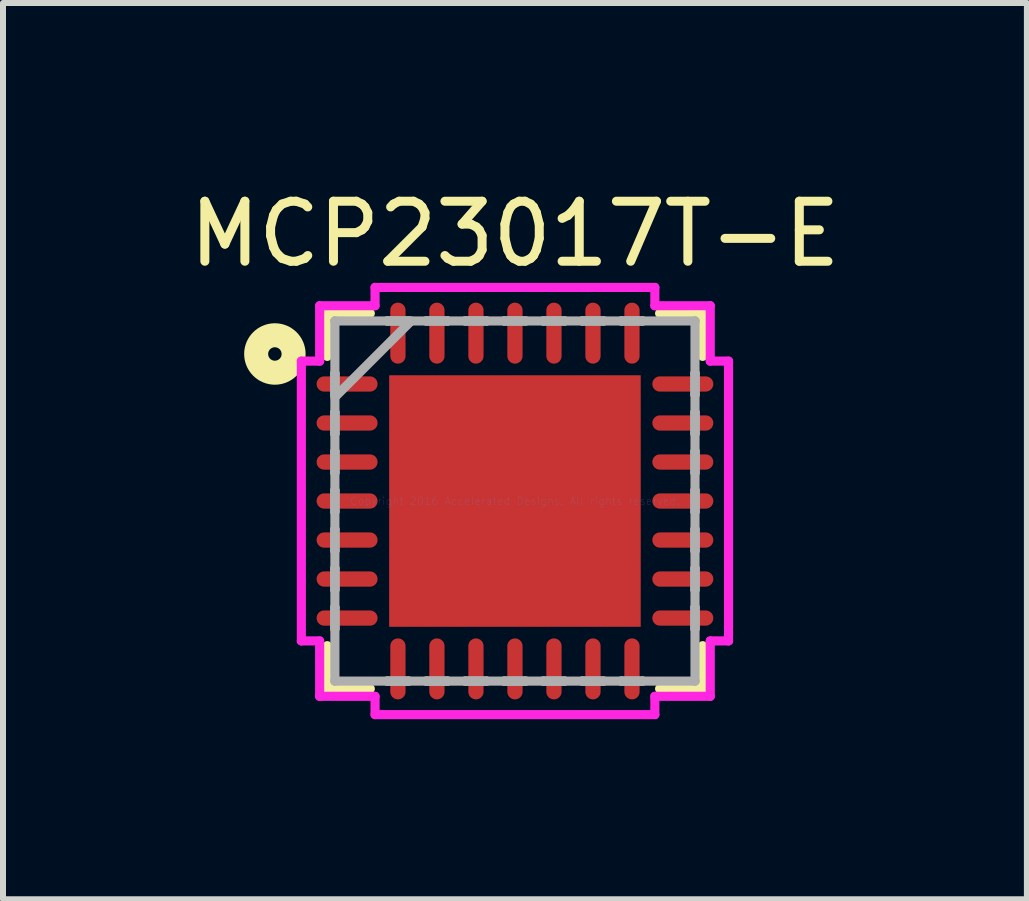
<source format=kicad_pcb>
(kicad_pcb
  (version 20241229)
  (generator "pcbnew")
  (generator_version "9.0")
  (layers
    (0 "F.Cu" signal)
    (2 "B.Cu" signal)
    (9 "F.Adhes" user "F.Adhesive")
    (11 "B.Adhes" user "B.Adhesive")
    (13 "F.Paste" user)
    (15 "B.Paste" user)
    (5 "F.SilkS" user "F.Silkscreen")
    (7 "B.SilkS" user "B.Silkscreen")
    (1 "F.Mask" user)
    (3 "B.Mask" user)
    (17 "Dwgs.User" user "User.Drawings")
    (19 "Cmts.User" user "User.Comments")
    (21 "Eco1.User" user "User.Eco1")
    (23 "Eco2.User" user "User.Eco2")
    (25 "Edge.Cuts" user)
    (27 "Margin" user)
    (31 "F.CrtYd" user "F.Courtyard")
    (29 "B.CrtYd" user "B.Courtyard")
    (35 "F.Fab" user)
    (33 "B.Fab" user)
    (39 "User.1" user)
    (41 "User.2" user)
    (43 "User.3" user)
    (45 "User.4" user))
  (footprint "MCP23017T-E"
    (layer "F.Cu")
    (at 5.53 5.298)
    (property "Reference" "MCP23017T-E" (at 0 -4.45 0) (layer "F.SilkS") (effects (font (size 1 1) (thickness 0.15))))
    (attr through_hole)
    (fp_line (start -3.127 -3.127) (end -3.127 -2.41) (stroke (width 0.152) (type solid)) (layer "F.SilkS"))
    (fp_line (start -3.127 2.41) (end -3.127 3.127) (stroke (width 0.152) (type solid)) (layer "F.SilkS"))
    (fp_line (start -3.127 3.127) (end -2.41 3.127) (stroke (width 0.152) (type solid)) (layer "F.SilkS"))
    (fp_line (start -2.41 -3.127) (end -3.127 -3.127) (stroke (width 0.152) (type solid)) (layer "F.SilkS"))
    (fp_line (start 2.41 3.127) (end 3.127 3.127) (stroke (width 0.152) (type solid)) (layer "F.SilkS"))
    (fp_line (start 3.127 -3.127) (end 2.41 -3.127) (stroke (width 0.152) (type solid)) (layer "F.SilkS"))
    (fp_line (start 3.127 -2.41) (end 3.127 -3.127) (stroke (width 0.152) (type solid)) (layer "F.SilkS"))
    (fp_line (start 3.127 3.127) (end 3.127 2.41) (stroke (width 0.152) (type solid)) (layer "F.SilkS"))
    (fp_circle (center -4 -2.45) (end -3.888 -2.45) (stroke (width 0.4) (type solid)) (fill no) (layer "F.SilkS"))
    (fp_line (start -1.996 -1.996) (end -1.996 -0.798) (stroke (width 0.152) (type solid)) (layer "F.Paste"))
    (fp_line (start -1.996 -0.798) (end -0.798 -0.798) (stroke (width 0.152) (type solid)) (layer "F.Paste"))
    (fp_line (start -1.996 -0.599) (end -1.996 0.599) (stroke (width 0.152) (type solid)) (layer "F.Paste"))
    (fp_line (start -1.996 0.599) (end -0.798 0.599) (stroke (width 0.152) (type solid)) (layer "F.Paste"))
    (fp_line (start -1.996 0.798) (end -1.996 1.996) (stroke (width 0.152) (type solid)) (layer "F.Paste"))
    (fp_line (start -1.996 1.996) (end -0.798 1.996) (stroke (width 0.152) (type solid)) (layer "F.Paste"))
    (fp_line (start -0.798 -1.996) (end -1.996 -1.996) (stroke (width 0.152) (type solid)) (layer "F.Paste"))
    (fp_line (start -0.798 -0.798) (end -0.798 -1.996) (stroke (width 0.152) (type solid)) (layer "F.Paste"))
    (fp_line (start -0.798 -0.599) (end -1.996 -0.599) (stroke (width 0.152) (type solid)) (layer "F.Paste"))
    (fp_line (start -0.798 0.599) (end -0.798 -0.599) (stroke (width 0.152) (type solid)) (layer "F.Paste"))
    (fp_line (start -0.798 0.798) (end -1.996 0.798) (stroke (width 0.152) (type solid)) (layer "F.Paste"))
    (fp_line (start -0.798 1.996) (end -0.798 0.798) (stroke (width 0.152) (type solid)) (layer "F.Paste"))
    (fp_line (start -0.599 -1.996) (end -0.599 -0.798) (stroke (width 0.152) (type solid)) (layer "F.Paste"))
    (fp_line (start -0.599 -0.798) (end 0.599 -0.798) (stroke (width 0.152) (type solid)) (layer "F.Paste"))
    (fp_line (start -0.599 -0.599) (end -0.599 0.599) (stroke (width 0.152) (type solid)) (layer "F.Paste"))
    (fp_line (start -0.599 0.599) (end 0.599 0.599) (stroke (width 0.152) (type solid)) (layer "F.Paste"))
    (fp_line (start -0.599 0.798) (end -0.599 1.996) (stroke (width 0.152) (type solid)) (layer "F.Paste"))
    (fp_line (start -0.599 1.996) (end 0.599 1.996) (stroke (width 0.152) (type solid)) (layer "F.Paste"))
    (fp_line (start 0.599 -1.996) (end -0.599 -1.996) (stroke (width 0.152) (type solid)) (layer "F.Paste"))
    (fp_line (start 0.599 -0.798) (end 0.599 -1.996) (stroke (width 0.152) (type solid)) (layer "F.Paste"))
    (fp_line (start 0.599 -0.599) (end -0.599 -0.599) (stroke (width 0.152) (type solid)) (layer "F.Paste"))
    (fp_line (start 0.599 0.599) (end 0.599 -0.599) (stroke (width 0.152) (type solid)) (layer "F.Paste"))
    (fp_line (start 0.599 0.798) (end -0.599 0.798) (stroke (width 0.152) (type solid)) (layer "F.Paste"))
    (fp_line (start 0.599 1.996) (end 0.599 0.798) (stroke (width 0.152) (type solid)) (layer "F.Paste"))
    (fp_line (start 0.798 -1.996) (end 0.798 -0.798) (stroke (width 0.152) (type solid)) (layer "F.Paste"))
    (fp_line (start 0.798 -0.798) (end 1.996 -0.798) (stroke (width 0.152) (type solid)) (layer "F.Paste"))
    (fp_line (start 0.798 -0.599) (end 0.798 0.599) (stroke (width 0.152) (type solid)) (layer "F.Paste"))
    (fp_line (start 0.798 0.599) (end 1.996 0.599) (stroke (width 0.152) (type solid)) (layer "F.Paste"))
    (fp_line (start 0.798 0.798) (end 0.798 1.996) (stroke (width 0.152) (type solid)) (layer "F.Paste"))
    (fp_line (start 0.798 1.996) (end 1.996 1.996) (stroke (width 0.152) (type solid)) (layer "F.Paste"))
    (fp_line (start 1.996 -1.996) (end 0.798 -1.996) (stroke (width 0.152) (type solid)) (layer "F.Paste"))
    (fp_line (start 1.996 -0.798) (end 1.996 -1.996) (stroke (width 0.152) (type solid)) (layer "F.Paste"))
    (fp_line (start 1.996 -0.599) (end 0.798 -0.599) (stroke (width 0.152) (type solid)) (layer "F.Paste"))
    (fp_line (start 1.996 0.599) (end 1.996 -0.599) (stroke (width 0.152) (type solid)) (layer "F.Paste"))
    (fp_line (start 1.996 0.798) (end 0.798 0.798) (stroke (width 0.152) (type solid)) (layer "F.Paste"))
    (fp_line (start 1.996 1.996) (end 1.996 0.798) (stroke (width 0.152) (type solid)) (layer "F.Paste"))
    (fp_line (start -3.559 -2.331) (end -3.254 -2.331) (stroke (width 0.152) (type solid)) (layer "F.CrtYd"))
    (fp_line (start -3.559 2.331) (end -3.559 -2.331) (stroke (width 0.152) (type solid)) (layer "F.CrtYd"))
    (fp_line (start -3.254 -3.254) (end -2.331 -3.254) (stroke (width 0.152) (type solid)) (layer "F.CrtYd"))
    (fp_line (start -3.254 -2.331) (end -3.254 -3.254) (stroke (width 0.152) (type solid)) (layer "F.CrtYd"))
    (fp_line (start -3.254 2.331) (end -3.559 2.331) (stroke (width 0.152) (type solid)) (layer "F.CrtYd"))
    (fp_line (start -3.254 3.254) (end -3.254 2.331) (stroke (width 0.152) (type solid)) (layer "F.CrtYd"))
    (fp_line (start -2.331 -3.559) (end 2.331 -3.559) (stroke (width 0.152) (type solid)) (layer "F.CrtYd"))
    (fp_line (start -2.331 -3.254) (end -2.331 -3.559) (stroke (width 0.152) (type solid)) (layer "F.CrtYd"))
    (fp_line (start -2.331 3.254) (end -3.254 3.254) (stroke (width 0.152) (type solid)) (layer "F.CrtYd"))
    (fp_line (start -2.331 3.559) (end -2.331 3.254) (stroke (width 0.152) (type solid)) (layer "F.CrtYd"))
    (fp_line (start 2.331 -3.559) (end 2.331 -3.254) (stroke (width 0.152) (type solid)) (layer "F.CrtYd"))
    (fp_line (start 2.331 -3.254) (end 3.254 -3.254) (stroke (width 0.152) (type solid)) (layer "F.CrtYd"))
    (fp_line (start 2.331 3.254) (end 2.331 3.559) (stroke (width 0.152) (type solid)) (layer "F.CrtYd"))
    (fp_line (start 2.331 3.559) (end -2.331 3.559) (stroke (width 0.152) (type solid)) (layer "F.CrtYd"))
    (fp_line (start 3.254 -3.254) (end 3.254 -2.331) (stroke (width 0.152) (type solid)) (layer "F.CrtYd"))
    (fp_line (start 3.254 -2.331) (end 3.559 -2.331) (stroke (width 0.152) (type solid)) (layer "F.CrtYd"))
    (fp_line (start 3.254 2.331) (end 3.254 3.254) (stroke (width 0.152) (type solid)) (layer "F.CrtYd"))
    (fp_line (start 3.254 3.254) (end 2.331 3.254) (stroke (width 0.152) (type solid)) (layer "F.CrtYd"))
    (fp_line (start 3.559 2.331) (end 3.254 2.331) (stroke (width 0.152) (type solid)) (layer "F.CrtYd"))
    (fp_line (start 3.559 2.331) (end 3.559 -2.331) (stroke (width 0.152) (type solid)) (layer "F.CrtYd"))
    (fp_line (start -3 -3) (end -3 -3) (stroke (width 0.152) (type solid)) (layer "F.Fab"))
    (fp_line (start -3 -3) (end -3 3) (stroke (width 0.152) (type solid)) (layer "F.Fab"))
    (fp_line (start -3 -2.128) (end -3 -2.128) (stroke (width 0.152) (type solid)) (layer "F.Fab"))
    (fp_line (start -3 -2.128) (end -3 -1.772) (stroke (width 0.152) (type solid)) (layer "F.Fab"))
    (fp_line (start -3 -1.772) (end -3 -2.128) (stroke (width 0.152) (type solid)) (layer "F.Fab"))
    (fp_line (start -3 -1.772) (end -3 -1.772) (stroke (width 0.152) (type solid)) (layer "F.Fab"))
    (fp_line (start -3 -1.73) (end -1.73 -3) (stroke (width 0.152) (type solid)) (layer "F.Fab"))
    (fp_line (start -3 -1.478) (end -3 -1.478) (stroke (width 0.152) (type solid)) (layer "F.Fab"))
    (fp_line (start -3 -1.478) (end -3 -1.122) (stroke (width 0.152) (type solid)) (layer "F.Fab"))
    (fp_line (start -3 -1.122) (end -3 -1.478) (stroke (width 0.152) (type solid)) (layer "F.Fab"))
    (fp_line (start -3 -1.122) (end -3 -1.122) (stroke (width 0.152) (type solid)) (layer "F.Fab"))
    (fp_line (start -3 -0.828) (end -3 -0.828) (stroke (width 0.152) (type solid)) (layer "F.Fab"))
    (fp_line (start -3 -0.828) (end -3 -0.472) (stroke (width 0.152) (type solid)) (layer "F.Fab"))
    (fp_line (start -3 -0.472) (end -3 -0.828) (stroke (width 0.152) (type solid)) (layer "F.Fab"))
    (fp_line (start -3 -0.472) (end -3 -0.472) (stroke (width 0.152) (type solid)) (layer "F.Fab"))
    (fp_line (start -3 -0.178) (end -3 -0.178) (stroke (width 0.152) (type solid)) (layer "F.Fab"))
    (fp_line (start -3 -0.178) (end -3 0.178) (stroke (width 0.152) (type solid)) (layer "F.Fab"))
    (fp_line (start -3 0.178) (end -3 -0.178) (stroke (width 0.152) (type solid)) (layer "F.Fab"))
    (fp_line (start -3 0.178) (end -3 0.178) (stroke (width 0.152) (type solid)) (layer "F.Fab"))
    (fp_line (start -3 0.472) (end -3 0.472) (stroke (width 0.152) (type solid)) (layer "F.Fab"))
    (fp_line (start -3 0.472) (end -3 0.828) (stroke (width 0.152) (type solid)) (layer "F.Fab"))
    (fp_line (start -3 0.828) (end -3 0.472) (stroke (width 0.152) (type solid)) (layer "F.Fab"))
    (fp_line (start -3 0.828) (end -3 0.828) (stroke (width 0.152) (type solid)) (layer "F.Fab"))
    (fp_line (start -3 1.122) (end -3 1.122) (stroke (width 0.152) (type solid)) (layer "F.Fab"))
    (fp_line (start -3 1.122) (end -3 1.478) (stroke (width 0.152) (type solid)) (layer "F.Fab"))
    (fp_line (start -3 1.478) (end -3 1.122) (stroke (width 0.152) (type solid)) (layer "F.Fab"))
    (fp_line (start -3 1.478) (end -3 1.478) (stroke (width 0.152) (type solid)) (layer "F.Fab"))
    (fp_line (start -3 1.772) (end -3 1.772) (stroke (width 0.152) (type solid)) (layer "F.Fab"))
    (fp_line (start -3 1.772) (end -3 2.128) (stroke (width 0.152) (type solid)) (layer "F.Fab"))
    (fp_line (start -3 2.128) (end -3 1.772) (stroke (width 0.152) (type solid)) (layer "F.Fab"))
    (fp_line (start -3 2.128) (end -3 2.128) (stroke (width 0.152) (type solid)) (layer "F.Fab"))
    (fp_line (start -3 3) (end -3 3) (stroke (width 0.152) (type solid)) (layer "F.Fab"))
    (fp_line (start -3 3) (end 3 3) (stroke (width 0.152) (type solid)) (layer "F.Fab"))
    (fp_line (start -2.128 -3) (end -2.128 -3) (stroke (width 0.152) (type solid)) (layer "F.Fab"))
    (fp_line (start -2.128 -3) (end -1.772 -3) (stroke (width 0.152) (type solid)) (layer "F.Fab"))
    (fp_line (start -2.128 3) (end -2.128 3) (stroke (width 0.152) (type solid)) (layer "F.Fab"))
    (fp_line (start -2.128 3) (end -1.772 3) (stroke (width 0.152) (type solid)) (layer "F.Fab"))
    (fp_line (start -1.772 -3) (end -2.128 -3) (stroke (width 0.152) (type solid)) (layer "F.Fab"))
    (fp_line (start -1.772 -3) (end -1.772 -3) (stroke (width 0.152) (type solid)) (layer "F.Fab"))
    (fp_line (start -1.772 3) (end -2.128 3) (stroke (width 0.152) (type solid)) (layer "F.Fab"))
    (fp_line (start -1.772 3) (end -1.772 3) (stroke (width 0.152) (type solid)) (layer "F.Fab"))
    (fp_line (start -1.478 -3) (end -1.478 -3) (stroke (width 0.152) (type solid)) (layer "F.Fab"))
    (fp_line (start -1.478 -3) (end -1.122 -3) (stroke (width 0.152) (type solid)) (layer "F.Fab"))
    (fp_line (start -1.478 3) (end -1.478 3) (stroke (width 0.152) (type solid)) (layer "F.Fab"))
    (fp_line (start -1.478 3) (end -1.122 3) (stroke (width 0.152) (type solid)) (layer "F.Fab"))
    (fp_line (start -1.122 -3) (end -1.478 -3) (stroke (width 0.152) (type solid)) (layer "F.Fab"))
    (fp_line (start -1.122 -3) (end -1.122 -3) (stroke (width 0.152) (type solid)) (layer "F.Fab"))
    (fp_line (start -1.122 3) (end -1.478 3) (stroke (width 0.152) (type solid)) (layer "F.Fab"))
    (fp_line (start -1.122 3) (end -1.122 3) (stroke (width 0.152) (type solid)) (layer "F.Fab"))
    (fp_line (start -0.828 -3) (end -0.828 -3) (stroke (width 0.152) (type solid)) (layer "F.Fab"))
    (fp_line (start -0.828 -3) (end -0.472 -3) (stroke (width 0.152) (type solid)) (layer "F.Fab"))
    (fp_line (start -0.828 3) (end -0.828 3) (stroke (width 0.152) (type solid)) (layer "F.Fab"))
    (fp_line (start -0.828 3) (end -0.472 3) (stroke (width 0.152) (type solid)) (layer "F.Fab"))
    (fp_line (start -0.472 -3) (end -0.828 -3) (stroke (width 0.152) (type solid)) (layer "F.Fab"))
    (fp_line (start -0.472 -3) (end -0.472 -3) (stroke (width 0.152) (type solid)) (layer "F.Fab"))
    (fp_line (start -0.472 3) (end -0.828 3) (stroke (width 0.152) (type solid)) (layer "F.Fab"))
    (fp_line (start -0.472 3) (end -0.472 3) (stroke (width 0.152) (type solid)) (layer "F.Fab"))
    (fp_line (start -0.178 -3) (end -0.178 -3) (stroke (width 0.152) (type solid)) (layer "F.Fab"))
    (fp_line (start -0.178 -3) (end 0.178 -3) (stroke (width 0.152) (type solid)) (layer "F.Fab"))
    (fp_line (start -0.178 3) (end -0.178 3) (stroke (width 0.152) (type solid)) (layer "F.Fab"))
    (fp_line (start -0.178 3) (end 0.178 3) (stroke (width 0.152) (type solid)) (layer "F.Fab"))
    (fp_line (start 0.178 -3) (end -0.178 -3) (stroke (width 0.152) (type solid)) (layer "F.Fab"))
    (fp_line (start 0.178 -3) (end 0.178 -3) (stroke (width 0.152) (type solid)) (layer "F.Fab"))
    (fp_line (start 0.178 3) (end -0.178 3) (stroke (width 0.152) (type solid)) (layer "F.Fab"))
    (fp_line (start 0.178 3) (end 0.178 3) (stroke (width 0.152) (type solid)) (layer "F.Fab"))
    (fp_line (start 0.472 -3) (end 0.472 -3) (stroke (width 0.152) (type solid)) (layer "F.Fab"))
    (fp_line (start 0.472 -3) (end 0.828 -3) (stroke (width 0.152) (type solid)) (layer "F.Fab"))
    (fp_line (start 0.472 3) (end 0.472 3) (stroke (width 0.152) (type solid)) (layer "F.Fab"))
    (fp_line (start 0.472 3) (end 0.828 3) (stroke (width 0.152) (type solid)) (layer "F.Fab"))
    (fp_line (start 0.828 -3) (end 0.472 -3) (stroke (width 0.152) (type solid)) (layer "F.Fab"))
    (fp_line (start 0.828 -3) (end 0.828 -3) (stroke (width 0.152) (type solid)) (layer "F.Fab"))
    (fp_line (start 0.828 3) (end 0.472 3) (stroke (width 0.152) (type solid)) (layer "F.Fab"))
    (fp_line (start 0.828 3) (end 0.828 3) (stroke (width 0.152) (type solid)) (layer "F.Fab"))
    (fp_line (start 1.122 -3) (end 1.122 -3) (stroke (width 0.152) (type solid)) (layer "F.Fab"))
    (fp_line (start 1.122 -3) (end 1.478 -3) (stroke (width 0.152) (type solid)) (layer "F.Fab"))
    (fp_line (start 1.122 3) (end 1.122 3) (stroke (width 0.152) (type solid)) (layer "F.Fab"))
    (fp_line (start 1.122 3) (end 1.478 3) (stroke (width 0.152) (type solid)) (layer "F.Fab"))
    (fp_line (start 1.478 -3) (end 1.122 -3) (stroke (width 0.152) (type solid)) (layer "F.Fab"))
    (fp_line (start 1.478 -3) (end 1.478 -3) (stroke (width 0.152) (type solid)) (layer "F.Fab"))
    (fp_line (start 1.478 3) (end 1.122 3) (stroke (width 0.152) (type solid)) (layer "F.Fab"))
    (fp_line (start 1.478 3) (end 1.478 3) (stroke (width 0.152) (type solid)) (layer "F.Fab"))
    (fp_line (start 1.772 -3) (end 1.772 -3) (stroke (width 0.152) (type solid)) (layer "F.Fab"))
    (fp_line (start 1.772 -3) (end 2.128 -3) (stroke (width 0.152) (type solid)) (layer "F.Fab"))
    (fp_line (start 1.772 3) (end 1.772 3) (stroke (width 0.152) (type solid)) (layer "F.Fab"))
    (fp_line (start 1.772 3) (end 2.128 3) (stroke (width 0.152) (type solid)) (layer "F.Fab"))
    (fp_line (start 2.128 -3) (end 1.772 -3) (stroke (width 0.152) (type solid)) (layer "F.Fab"))
    (fp_line (start 2.128 -3) (end 2.128 -3) (stroke (width 0.152) (type solid)) (layer "F.Fab"))
    (fp_line (start 2.128 3) (end 1.772 3) (stroke (width 0.152) (type solid)) (layer "F.Fab"))
    (fp_line (start 2.128 3) (end 2.128 3) (stroke (width 0.152) (type solid)) (layer "F.Fab"))
    (fp_line (start 3 -3) (end -3 -3) (stroke (width 0.152) (type solid)) (layer "F.Fab"))
    (fp_line (start 3 -3) (end 3 -3) (stroke (width 0.152) (type solid)) (layer "F.Fab"))
    (fp_line (start 3 -2.128) (end 3 -2.128) (stroke (width 0.152) (type solid)) (layer "F.Fab"))
    (fp_line (start 3 -2.128) (end 3 -1.772) (stroke (width 0.152) (type solid)) (layer "F.Fab"))
    (fp_line (start 3 -1.772) (end 3 -2.128) (stroke (width 0.152) (type solid)) (layer "F.Fab"))
    (fp_line (start 3 -1.772) (end 3 -1.772) (stroke (width 0.152) (type solid)) (layer "F.Fab"))
    (fp_line (start 3 -1.478) (end 3 -1.478) (stroke (width 0.152) (type solid)) (layer "F.Fab"))
    (fp_line (start 3 -1.478) (end 3 -1.122) (stroke (width 0.152) (type solid)) (layer "F.Fab"))
    (fp_line (start 3 -1.122) (end 3 -1.478) (stroke (width 0.152) (type solid)) (layer "F.Fab"))
    (fp_line (start 3 -1.122) (end 3 -1.122) (stroke (width 0.152) (type solid)) (layer "F.Fab"))
    (fp_line (start 3 -0.828) (end 3 -0.828) (stroke (width 0.152) (type solid)) (layer "F.Fab"))
    (fp_line (start 3 -0.828) (end 3 -0.472) (stroke (width 0.152) (type solid)) (layer "F.Fab"))
    (fp_line (start 3 -0.472) (end 3 -0.828) (stroke (width 0.152) (type solid)) (layer "F.Fab"))
    (fp_line (start 3 -0.472) (end 3 -0.472) (stroke (width 0.152) (type solid)) (layer "F.Fab"))
    (fp_line (start 3 -0.178) (end 3 -0.178) (stroke (width 0.152) (type solid)) (layer "F.Fab"))
    (fp_line (start 3 -0.178) (end 3 0.178) (stroke (width 0.152) (type solid)) (layer "F.Fab"))
    (fp_line (start 3 0.178) (end 3 -0.178) (stroke (width 0.152) (type solid)) (layer "F.Fab"))
    (fp_line (start 3 0.178) (end 3 0.178) (stroke (width 0.152) (type solid)) (layer "F.Fab"))
    (fp_line (start 3 0.472) (end 3 0.472) (stroke (width 0.152) (type solid)) (layer "F.Fab"))
    (fp_line (start 3 0.472) (end 3 0.828) (stroke (width 0.152) (type solid)) (layer "F.Fab"))
    (fp_line (start 3 0.828) (end 3 0.472) (stroke (width 0.152) (type solid)) (layer "F.Fab"))
    (fp_line (start 3 0.828) (end 3 0.828) (stroke (width 0.152) (type solid)) (layer "F.Fab"))
    (fp_line (start 3 1.122) (end 3 1.122) (stroke (width 0.152) (type solid)) (layer "F.Fab"))
    (fp_line (start 3 1.122) (end 3 1.478) (stroke (width 0.152) (type solid)) (layer "F.Fab"))
    (fp_line (start 3 1.478) (end 3 1.122) (stroke (width 0.152) (type solid)) (layer "F.Fab"))
    (fp_line (start 3 1.478) (end 3 1.478) (stroke (width 0.152) (type solid)) (layer "F.Fab"))
    (fp_line (start 3 1.772) (end 3 1.772) (stroke (width 0.152) (type solid)) (layer "F.Fab"))
    (fp_line (start 3 1.772) (end 3 2.128) (stroke (width 0.152) (type solid)) (layer "F.Fab"))
    (fp_line (start 3 2.128) (end 3 1.772) (stroke (width 0.152) (type solid)) (layer "F.Fab"))
    (fp_line (start 3 2.128) (end 3 2.128) (stroke (width 0.152) (type solid)) (layer "F.Fab"))
    (fp_line (start 3 3) (end 3 -3) (stroke (width 0.152) (type solid)) (layer "F.Fab"))
    (fp_line (start 3 3) (end 3 3) (stroke (width 0.152) (type solid)) (layer "F.Fab"))
    (fp_text user "Copyright 2016 Accelerated Designs. All rights reserved." (at 0 0 0) (layer "Cmts.User") (effects (font (size 0.127 0.127) (thickness 0.002))))
    (pad "1" smd oval (at -2.797 -1.95 90) (size 0.254 1.016) (layers "F.Cu" "F.Mask" "F.Paste"))
    (pad "2" smd oval (at -2.797 -1.3 90) (size 0.254 1.016) (layers "F.Cu" "F.Mask" "F.Paste"))
    (pad "3" smd oval (at -2.797 -0.65 90) (size 0.254 1.016) (layers "F.Cu" "F.Mask" "F.Paste"))
    (pad "4" smd oval (at -2.797 0 90) (size 0.254 1.016) (layers "F.Cu" "F.Mask" "F.Paste"))
    (pad "5" smd oval (at -2.797 0.65 90) (size 0.254 1.016) (layers "F.Cu" "F.Mask" "F.Paste"))
    (pad "6" smd oval (at -2.797 1.3 90) (size 0.254 1.016) (layers "F.Cu" "F.Mask" "F.Paste"))
    (pad "7" smd oval (at -2.797 1.95 90) (size 0.254 1.016) (layers "F.Cu" "F.Mask" "F.Paste"))
    (pad "8" smd oval (at -1.95 2.797) (size 0.254 1.016) (layers "F.Cu" "F.Mask" "F.Paste"))
    (pad "9" smd oval (at -1.3 2.797) (size 0.254 1.016) (layers "F.Cu" "F.Mask" "F.Paste"))
    (pad "10" smd oval (at -0.65 2.797) (size 0.254 1.016) (layers "F.Cu" "F.Mask" "F.Paste"))
    (pad "11" smd oval (at 0 2.797) (size 0.254 1.016) (layers "F.Cu" "F.Mask" "F.Paste"))
    (pad "12" smd oval (at 0.65 2.797) (size 0.254 1.016) (layers "F.Cu" "F.Mask" "F.Paste"))
    (pad "13" smd oval (at 1.3 2.797) (size 0.254 1.016) (layers "F.Cu" "F.Mask" "F.Paste"))
    (pad "14" smd oval (at 1.95 2.797) (size 0.254 1.016) (layers "F.Cu" "F.Mask" "F.Paste"))
    (pad "15" smd oval (at 2.797 1.95 90) (size 0.254 1.016) (layers "F.Cu" "F.Mask" "F.Paste"))
    (pad "16" smd oval (at 2.797 1.3 90) (size 0.254 1.016) (layers "F.Cu" "F.Mask" "F.Paste"))
    (pad "17" smd oval (at 2.797 0.65 90) (size 0.254 1.016) (layers "F.Cu" "F.Mask" "F.Paste"))
    (pad "18" smd oval (at 2.797 0 90) (size 0.254 1.016) (layers "F.Cu" "F.Mask" "F.Paste"))
    (pad "19" smd oval (at 2.797 -0.65 90) (size 0.254 1.016) (layers "F.Cu" "F.Mask" "F.Paste"))
    (pad "20" smd oval (at 2.797 -1.3 90) (size 0.254 1.016) (layers "F.Cu" "F.Mask" "F.Paste"))
    (pad "21" smd oval (at 2.797 -1.95 90) (size 0.254 1.016) (layers "F.Cu" "F.Mask" "F.Paste"))
    (pad "22" smd oval (at 1.95 -2.797) (size 0.254 1.016) (layers "F.Cu" "F.Mask" "F.Paste"))
    (pad "23" smd oval (at 1.3 -2.797) (size 0.254 1.016) (layers "F.Cu" "F.Mask" "F.Paste"))
    (pad "24" smd oval (at 0.65 -2.797) (size 0.254 1.016) (layers "F.Cu" "F.Mask" "F.Paste"))
    (pad "25" smd oval (at 0 -2.797) (size 0.254 1.016) (layers "F.Cu" "F.Mask" "F.Paste"))
    (pad "26" smd oval (at -0.65 -2.797) (size 0.254 1.016) (layers "F.Cu" "F.Mask" "F.Paste"))
    (pad "27" smd oval (at -1.3 -2.797) (size 0.254 1.016) (layers "F.Cu" "F.Mask" "F.Paste"))
    (pad "28" smd oval (at -1.95 -2.797) (size 0.254 1.016) (layers "F.Cu" "F.Mask" "F.Paste"))
    (pad "29" smd rect (at 0 0) (size 4.191 4.191) (layers "F.Cu" "F.Mask" "F.Paste")))
  (gr_rect
    (start -3 -3)
    (end 14.06 11.933)
    (stroke (width 0.1) (type default))
    (fill no)
    (layer "Edge.Cuts")))
</source>
